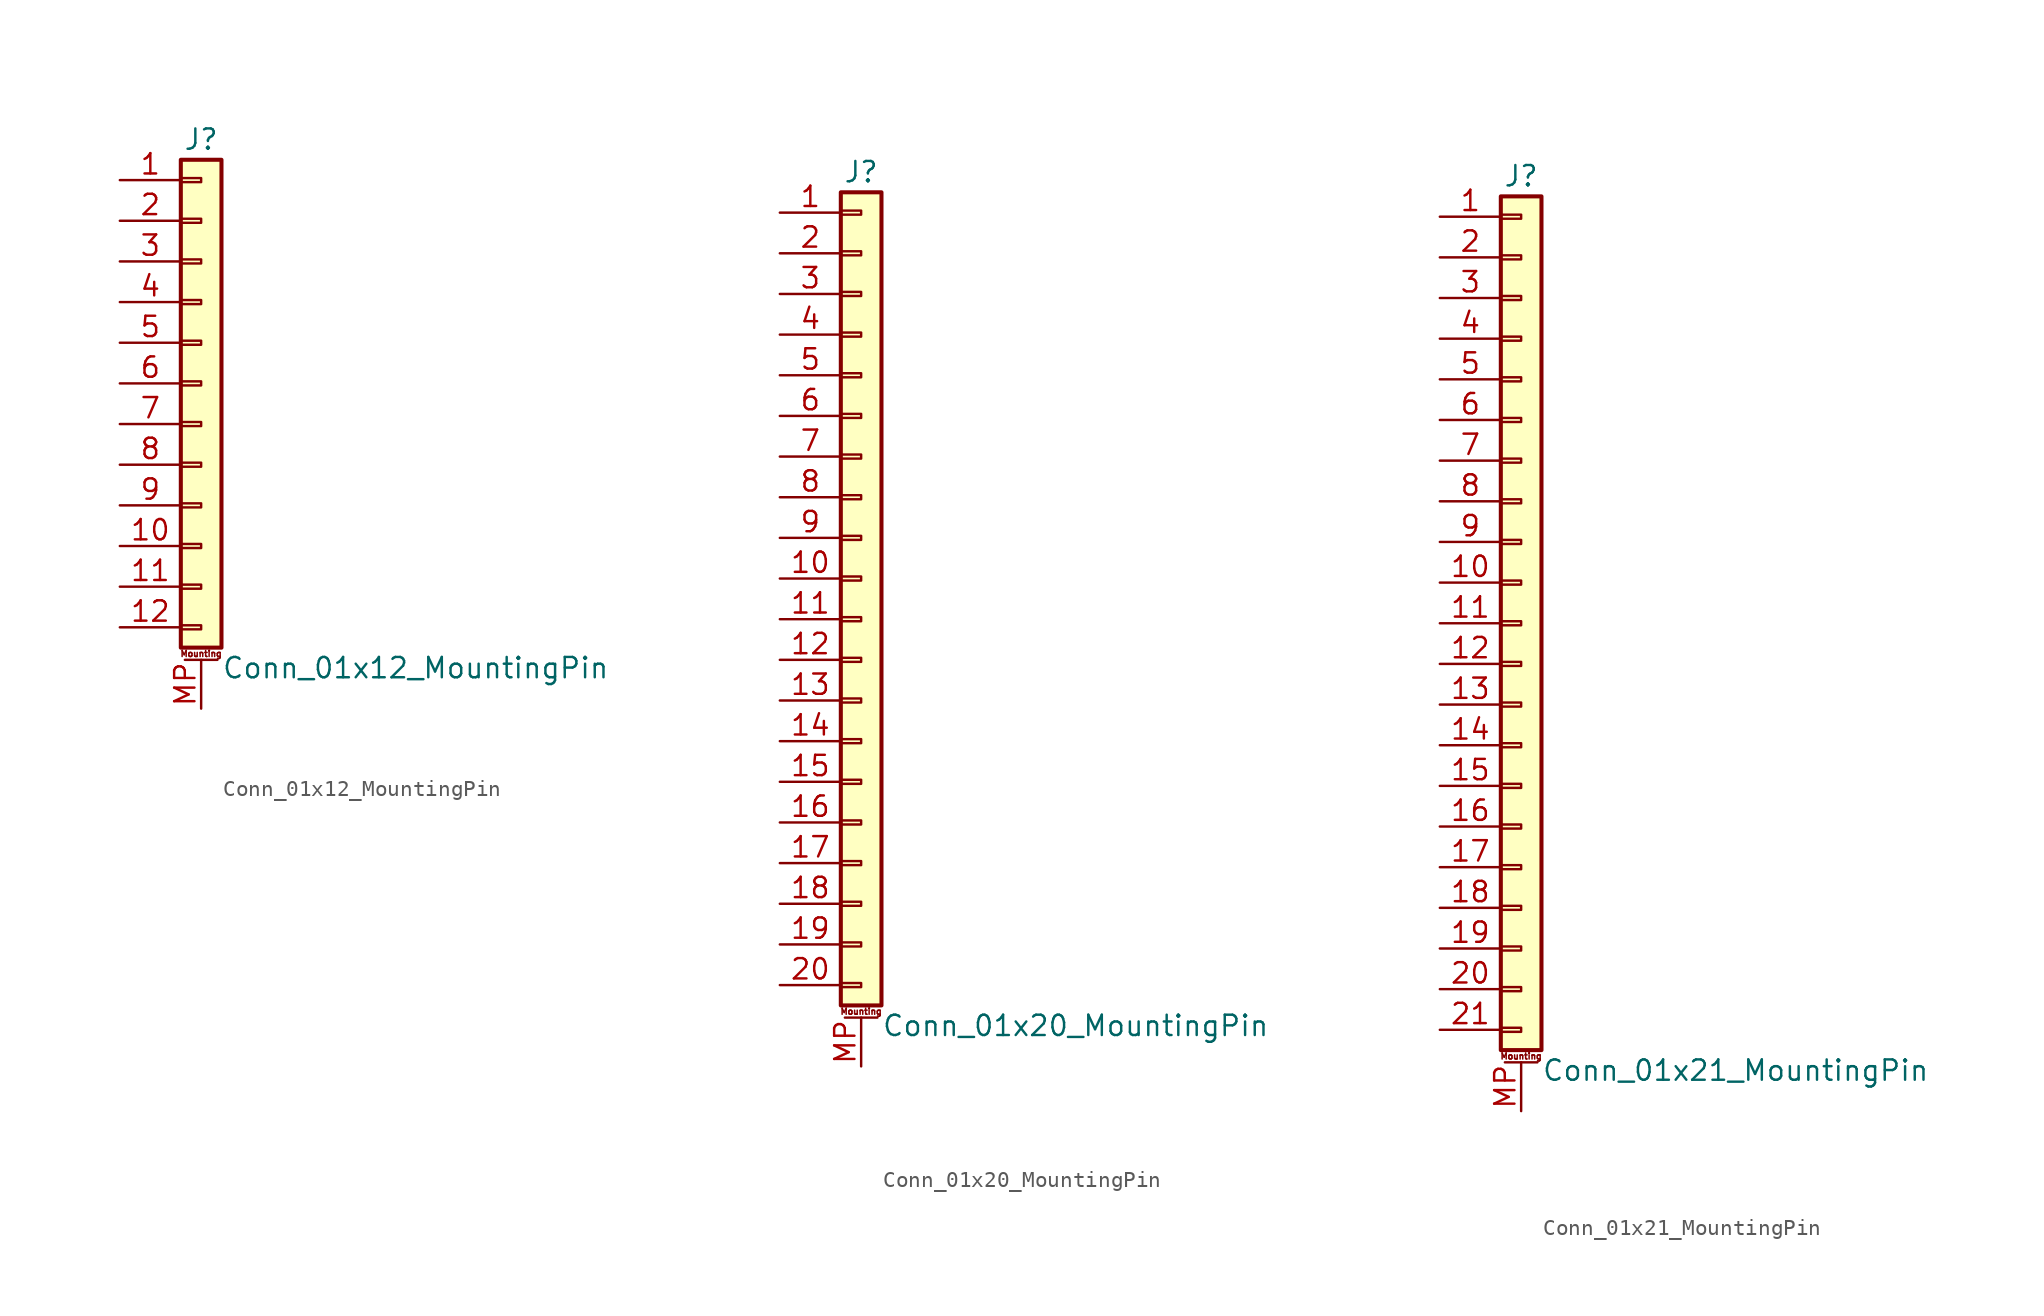
<source format=kicad_sym>
(kicad_symbol_lib
  (version 20201005)
  (generator kicad_symbol_editor)
  (symbol "Conn_01x12_MountingPin"
    (pin_names
      (offset 1.016) hide)
    (property "Reference" "J"
      (at 0 15.24 0)
      (effects (font (size 1.27 1.27))))
    (property "Value" "Conn_01x12_MountingPin"
      (at 1.27 -17.78 0)
      (effects (font (size 1.27 1.27)) (justify left)))
    (symbol "Conn_01x12_MountingPin_1_1"
      (text "Mounting" (at 0 -16.891 0) (effects (font (size 0.381 0.381))))
      (rectangle (start -1.27 -15.113) (end 0 -15.367) (stroke (width 0.152)) (fill (type none)))
      (rectangle (start -1.27 -12.573) (end 0 -12.827) (stroke (width 0.152)) (fill (type none)))
      (rectangle (start -1.27 -10.033) (end 0 -10.287) (stroke (width 0.152)) (fill (type none)))
      (rectangle (start -1.27 -7.493) (end 0 -7.747) (stroke (width 0.152)) (fill (type none)))
      (rectangle (start -1.27 -4.953) (end 0 -5.207) (stroke (width 0.152)) (fill (type none)))
      (rectangle (start -1.27 -2.413) (end 0 -2.667) (stroke (width 0.152)) (fill (type none)))
      (rectangle (start -1.27 0.127) (end 0 -0.127) (stroke (width 0.152)) (fill (type none)))
      (rectangle (start -1.27 2.667) (end 0 2.413) (stroke (width 0.152)) (fill (type none)))
      (rectangle (start -1.27 5.207) (end 0 4.953) (stroke (width 0.152)) (fill (type none)))
      (rectangle (start -1.27 7.747) (end 0 7.493) (stroke (width 0.152)) (fill (type none)))
      (rectangle (start -1.27 10.287) (end 0 10.033) (stroke (width 0.152)) (fill (type none)))
      (rectangle (start -1.27 12.827) (end 0 12.573) (stroke (width 0.152)) (fill (type none)))
      (rectangle (start -1.27 13.97) (end 1.27 -16.51) (stroke (width 0.254)) (fill (type background)))
      (polyline (pts (xy -1.016 -17.272) (xy 1.016 -17.272)) (stroke (width 0.152)) (fill (type none)))
      (pin passive line (at -5.08 12.7 0) (length 3.81) (name "Pin_1" (effects (font (size 1.27 1.27)))) (number "1" (effects (font (size 1.27 1.27)))))
      (pin passive line (at -5.08 -10.16 0) (length 3.81) (name "Pin_10" (effects (font (size 1.27 1.27)))) (number "10" (effects (font (size 1.27 1.27)))))
      (pin passive line (at -5.08 -12.7 0) (length 3.81) (name "Pin_11" (effects (font (size 1.27 1.27)))) (number "11" (effects (font (size 1.27 1.27)))))
      (pin passive line (at -5.08 -15.24 0) (length 3.81) (name "Pin_12" (effects (font (size 1.27 1.27)))) (number "12" (effects (font (size 1.27 1.27)))))
      (pin passive line (at -5.08 10.16 0) (length 3.81) (name "Pin_2" (effects (font (size 1.27 1.27)))) (number "2" (effects (font (size 1.27 1.27)))))
      (pin passive line (at -5.08 7.62 0) (length 3.81) (name "Pin_3" (effects (font (size 1.27 1.27)))) (number "3" (effects (font (size 1.27 1.27)))))
      (pin passive line (at -5.08 5.08 0) (length 3.81) (name "Pin_4" (effects (font (size 1.27 1.27)))) (number "4" (effects (font (size 1.27 1.27)))))
      (pin passive line (at -5.08 2.54 0) (length 3.81) (name "Pin_5" (effects (font (size 1.27 1.27)))) (number "5" (effects (font (size 1.27 1.27)))))
      (pin passive line (at -5.08 0 0) (length 3.81) (name "Pin_6" (effects (font (size 1.27 1.27)))) (number "6" (effects (font (size 1.27 1.27)))))
      (pin passive line (at -5.08 -2.54 0) (length 3.81) (name "Pin_7" (effects (font (size 1.27 1.27)))) (number "7" (effects (font (size 1.27 1.27)))))
      (pin passive line (at -5.08 -5.08 0) (length 3.81) (name "Pin_8" (effects (font (size 1.27 1.27)))) (number "8" (effects (font (size 1.27 1.27)))))
      (pin passive line (at -5.08 -7.62 0) (length 3.81) (name "Pin_9" (effects (font (size 1.27 1.27)))) (number "9" (effects (font (size 1.27 1.27)))))
      (pin passive line (at 0 -20.32 90) (length 3.048) (name "MountPin" (effects (font (size 1.27 1.27)))) (number "MP" (effects (font (size 1.27 1.27)))))))
  (symbol "Conn_01x20_MountingPin"
    (pin_names
      (offset 1.016) hide)
    (property "Reference" "J"
      (at 0 25.4 0)
      (effects (font (size 1.27 1.27))))
    (property "Value" "Conn_01x20_MountingPin"
      (at 1.27 -27.94 0)
      (effects (font (size 1.27 1.27)) (justify left)))
    (symbol "Conn_01x20_MountingPin_1_1"
      (text "Mounting" (at 0 -27.051 0) (effects (font (size 0.381 0.381))))
      (rectangle (start -1.27 -25.273) (end 0 -25.527) (stroke (width 0.152)) (fill (type none)))
      (rectangle (start -1.27 -22.733) (end 0 -22.987) (stroke (width 0.152)) (fill (type none)))
      (rectangle (start -1.27 -20.193) (end 0 -20.447) (stroke (width 0.152)) (fill (type none)))
      (rectangle (start -1.27 -17.653) (end 0 -17.907) (stroke (width 0.152)) (fill (type none)))
      (rectangle (start -1.27 -15.113) (end 0 -15.367) (stroke (width 0.152)) (fill (type none)))
      (rectangle (start -1.27 -12.573) (end 0 -12.827) (stroke (width 0.152)) (fill (type none)))
      (rectangle (start -1.27 -10.033) (end 0 -10.287) (stroke (width 0.152)) (fill (type none)))
      (rectangle (start -1.27 -7.493) (end 0 -7.747) (stroke (width 0.152)) (fill (type none)))
      (rectangle (start -1.27 -4.953) (end 0 -5.207) (stroke (width 0.152)) (fill (type none)))
      (rectangle (start -1.27 -2.413) (end 0 -2.667) (stroke (width 0.152)) (fill (type none)))
      (rectangle (start -1.27 0.127) (end 0 -0.127) (stroke (width 0.152)) (fill (type none)))
      (rectangle (start -1.27 2.667) (end 0 2.413) (stroke (width 0.152)) (fill (type none)))
      (rectangle (start -1.27 5.207) (end 0 4.953) (stroke (width 0.152)) (fill (type none)))
      (rectangle (start -1.27 7.747) (end 0 7.493) (stroke (width 0.152)) (fill (type none)))
      (rectangle (start -1.27 10.287) (end 0 10.033) (stroke (width 0.152)) (fill (type none)))
      (rectangle (start -1.27 12.827) (end 0 12.573) (stroke (width 0.152)) (fill (type none)))
      (rectangle (start -1.27 15.367) (end 0 15.113) (stroke (width 0.152)) (fill (type none)))
      (rectangle (start -1.27 17.907) (end 0 17.653) (stroke (width 0.152)) (fill (type none)))
      (rectangle (start -1.27 20.447) (end 0 20.193) (stroke (width 0.152)) (fill (type none)))
      (rectangle (start -1.27 22.987) (end 0 22.733) (stroke (width 0.152)) (fill (type none)))
      (rectangle (start -1.27 24.13) (end 1.27 -26.67) (stroke (width 0.254)) (fill (type background)))
      (polyline (pts (xy -1.016 -27.432) (xy 1.016 -27.432)) (stroke (width 0.152)) (fill (type none)))
      (pin passive line (at -5.08 22.86 0) (length 3.81) (name "Pin_1" (effects (font (size 1.27 1.27)))) (number "1" (effects (font (size 1.27 1.27)))))
      (pin passive line (at -5.08 0 0) (length 3.81) (name "Pin_10" (effects (font (size 1.27 1.27)))) (number "10" (effects (font (size 1.27 1.27)))))
      (pin passive line (at -5.08 -2.54 0) (length 3.81) (name "Pin_11" (effects (font (size 1.27 1.27)))) (number "11" (effects (font (size 1.27 1.27)))))
      (pin passive line (at -5.08 -5.08 0) (length 3.81) (name "Pin_12" (effects (font (size 1.27 1.27)))) (number "12" (effects (font (size 1.27 1.27)))))
      (pin passive line (at -5.08 -7.62 0) (length 3.81) (name "Pin_13" (effects (font (size 1.27 1.27)))) (number "13" (effects (font (size 1.27 1.27)))))
      (pin passive line (at -5.08 -10.16 0) (length 3.81) (name "Pin_14" (effects (font (size 1.27 1.27)))) (number "14" (effects (font (size 1.27 1.27)))))
      (pin passive line (at -5.08 -12.7 0) (length 3.81) (name "Pin_15" (effects (font (size 1.27 1.27)))) (number "15" (effects (font (size 1.27 1.27)))))
      (pin passive line (at -5.08 -15.24 0) (length 3.81) (name "Pin_16" (effects (font (size 1.27 1.27)))) (number "16" (effects (font (size 1.27 1.27)))))
      (pin passive line (at -5.08 -17.78 0) (length 3.81) (name "Pin_17" (effects (font (size 1.27 1.27)))) (number "17" (effects (font (size 1.27 1.27)))))
      (pin passive line (at -5.08 -20.32 0) (length 3.81) (name "Pin_18" (effects (font (size 1.27 1.27)))) (number "18" (effects (font (size 1.27 1.27)))))
      (pin passive line (at -5.08 -22.86 0) (length 3.81) (name "Pin_19" (effects (font (size 1.27 1.27)))) (number "19" (effects (font (size 1.27 1.27)))))
      (pin passive line (at -5.08 20.32 0) (length 3.81) (name "Pin_2" (effects (font (size 1.27 1.27)))) (number "2" (effects (font (size 1.27 1.27)))))
      (pin passive line (at -5.08 -25.4 0) (length 3.81) (name "Pin_20" (effects (font (size 1.27 1.27)))) (number "20" (effects (font (size 1.27 1.27)))))
      (pin passive line (at -5.08 17.78 0) (length 3.81) (name "Pin_3" (effects (font (size 1.27 1.27)))) (number "3" (effects (font (size 1.27 1.27)))))
      (pin passive line (at -5.08 15.24 0) (length 3.81) (name "Pin_4" (effects (font (size 1.27 1.27)))) (number "4" (effects (font (size 1.27 1.27)))))
      (pin passive line (at -5.08 12.7 0) (length 3.81) (name "Pin_5" (effects (font (size 1.27 1.27)))) (number "5" (effects (font (size 1.27 1.27)))))
      (pin passive line (at -5.08 10.16 0) (length 3.81) (name "Pin_6" (effects (font (size 1.27 1.27)))) (number "6" (effects (font (size 1.27 1.27)))))
      (pin passive line (at -5.08 7.62 0) (length 3.81) (name "Pin_7" (effects (font (size 1.27 1.27)))) (number "7" (effects (font (size 1.27 1.27)))))
      (pin passive line (at -5.08 5.08 0) (length 3.81) (name "Pin_8" (effects (font (size 1.27 1.27)))) (number "8" (effects (font (size 1.27 1.27)))))
      (pin passive line (at -5.08 2.54 0) (length 3.81) (name "Pin_9" (effects (font (size 1.27 1.27)))) (number "9" (effects (font (size 1.27 1.27)))))
      (pin passive line (at 0 -30.48 90) (length 3.048) (name "MountPin" (effects (font (size 1.27 1.27)))) (number "MP" (effects (font (size 1.27 1.27)))))))
  (symbol "Conn_01x21_MountingPin"
    (pin_names
      (offset 1.016) hide)
    (property "Reference" "J"
      (at 0 27.94 0)
      (effects (font (size 1.27 1.27))))
    (property "Value" "Conn_01x21_MountingPin"
      (at 1.27 -27.94 0)
      (effects (font (size 1.27 1.27)) (justify left)))
    (symbol "Conn_01x21_MountingPin_1_1"
      (text "Mounting" (at 0 -27.051 0) (effects (font (size 0.381 0.381))))
      (rectangle (start -1.27 -25.273) (end 0 -25.527) (stroke (width 0.152)) (fill (type none)))
      (rectangle (start -1.27 -22.733) (end 0 -22.987) (stroke (width 0.152)) (fill (type none)))
      (rectangle (start -1.27 -20.193) (end 0 -20.447) (stroke (width 0.152)) (fill (type none)))
      (rectangle (start -1.27 -17.653) (end 0 -17.907) (stroke (width 0.152)) (fill (type none)))
      (rectangle (start -1.27 -15.113) (end 0 -15.367) (stroke (width 0.152)) (fill (type none)))
      (rectangle (start -1.27 -12.573) (end 0 -12.827) (stroke (width 0.152)) (fill (type none)))
      (rectangle (start -1.27 -10.033) (end 0 -10.287) (stroke (width 0.152)) (fill (type none)))
      (rectangle (start -1.27 -7.493) (end 0 -7.747) (stroke (width 0.152)) (fill (type none)))
      (rectangle (start -1.27 -4.953) (end 0 -5.207) (stroke (width 0.152)) (fill (type none)))
      (rectangle (start -1.27 -2.413) (end 0 -2.667) (stroke (width 0.152)) (fill (type none)))
      (rectangle (start -1.27 0.127) (end 0 -0.127) (stroke (width 0.152)) (fill (type none)))
      (rectangle (start -1.27 2.667) (end 0 2.413) (stroke (width 0.152)) (fill (type none)))
      (rectangle (start -1.27 5.207) (end 0 4.953) (stroke (width 0.152)) (fill (type none)))
      (rectangle (start -1.27 7.747) (end 0 7.493) (stroke (width 0.152)) (fill (type none)))
      (rectangle (start -1.27 10.287) (end 0 10.033) (stroke (width 0.152)) (fill (type none)))
      (rectangle (start -1.27 12.827) (end 0 12.573) (stroke (width 0.152)) (fill (type none)))
      (rectangle (start -1.27 15.367) (end 0 15.113) (stroke (width 0.152)) (fill (type none)))
      (rectangle (start -1.27 17.907) (end 0 17.653) (stroke (width 0.152)) (fill (type none)))
      (rectangle (start -1.27 20.447) (end 0 20.193) (stroke (width 0.152)) (fill (type none)))
      (rectangle (start -1.27 22.987) (end 0 22.733) (stroke (width 0.152)) (fill (type none)))
      (rectangle (start -1.27 25.527) (end 0 25.273) (stroke (width 0.152)) (fill (type none)))
      (rectangle (start -1.27 26.67) (end 1.27 -26.67) (stroke (width 0.254)) (fill (type background)))
      (polyline (pts (xy -1.016 -27.432) (xy 1.016 -27.432)) (stroke (width 0.152)) (fill (type none)))
      (pin passive line (at -5.08 25.4 0) (length 3.81) (name "Pin_1" (effects (font (size 1.27 1.27)))) (number "1" (effects (font (size 1.27 1.27)))))
      (pin passive line (at -5.08 2.54 0) (length 3.81) (name "Pin_10" (effects (font (size 1.27 1.27)))) (number "10" (effects (font (size 1.27 1.27)))))
      (pin passive line (at -5.08 0 0) (length 3.81) (name "Pin_11" (effects (font (size 1.27 1.27)))) (number "11" (effects (font (size 1.27 1.27)))))
      (pin passive line (at -5.08 -2.54 0) (length 3.81) (name "Pin_12" (effects (font (size 1.27 1.27)))) (number "12" (effects (font (size 1.27 1.27)))))
      (pin passive line (at -5.08 -5.08 0) (length 3.81) (name "Pin_13" (effects (font (size 1.27 1.27)))) (number "13" (effects (font (size 1.27 1.27)))))
      (pin passive line (at -5.08 -7.62 0) (length 3.81) (name "Pin_14" (effects (font (size 1.27 1.27)))) (number "14" (effects (font (size 1.27 1.27)))))
      (pin passive line (at -5.08 -10.16 0) (length 3.81) (name "Pin_15" (effects (font (size 1.27 1.27)))) (number "15" (effects (font (size 1.27 1.27)))))
      (pin passive line (at -5.08 -12.7 0) (length 3.81) (name "Pin_16" (effects (font (size 1.27 1.27)))) (number "16" (effects (font (size 1.27 1.27)))))
      (pin passive line (at -5.08 -15.24 0) (length 3.81) (name "Pin_17" (effects (font (size 1.27 1.27)))) (number "17" (effects (font (size 1.27 1.27)))))
      (pin passive line (at -5.08 -17.78 0) (length 3.81) (name "Pin_18" (effects (font (size 1.27 1.27)))) (number "18" (effects (font (size 1.27 1.27)))))
      (pin passive line (at -5.08 -20.32 0) (length 3.81) (name "Pin_19" (effects (font (size 1.27 1.27)))) (number "19" (effects (font (size 1.27 1.27)))))
      (pin passive line (at -5.08 22.86 0) (length 3.81) (name "Pin_2" (effects (font (size 1.27 1.27)))) (number "2" (effects (font (size 1.27 1.27)))))
      (pin passive line (at -5.08 -22.86 0) (length 3.81) (name "Pin_20" (effects (font (size 1.27 1.27)))) (number "20" (effects (font (size 1.27 1.27)))))
      (pin passive line (at -5.08 -25.4 0) (length 3.81) (name "Pin_21" (effects (font (size 1.27 1.27)))) (number "21" (effects (font (size 1.27 1.27)))))
      (pin passive line (at -5.08 20.32 0) (length 3.81) (name "Pin_3" (effects (font (size 1.27 1.27)))) (number "3" (effects (font (size 1.27 1.27)))))
      (pin passive line (at -5.08 17.78 0) (length 3.81) (name "Pin_4" (effects (font (size 1.27 1.27)))) (number "4" (effects (font (size 1.27 1.27)))))
      (pin passive line (at -5.08 15.24 0) (length 3.81) (name "Pin_5" (effects (font (size 1.27 1.27)))) (number "5" (effects (font (size 1.27 1.27)))))
      (pin passive line (at -5.08 12.7 0) (length 3.81) (name "Pin_6" (effects (font (size 1.27 1.27)))) (number "6" (effects (font (size 1.27 1.27)))))
      (pin passive line (at -5.08 10.16 0) (length 3.81) (name "Pin_7" (effects (font (size 1.27 1.27)))) (number "7" (effects (font (size 1.27 1.27)))))
      (pin passive line (at -5.08 7.62 0) (length 3.81) (name "Pin_8" (effects (font (size 1.27 1.27)))) (number "8" (effects (font (size 1.27 1.27)))))
      (pin passive line (at -5.08 5.08 0) (length 3.81) (name "Pin_9" (effects (font (size 1.27 1.27)))) (number "9" (effects (font (size 1.27 1.27)))))
      (pin passive line (at 0 -30.48 90) (length 3.048) (name "MountPin" (effects (font (size 1.27 1.27)))) (number "MP" (effects (font (size 1.27 1.27))))))))
</source>
